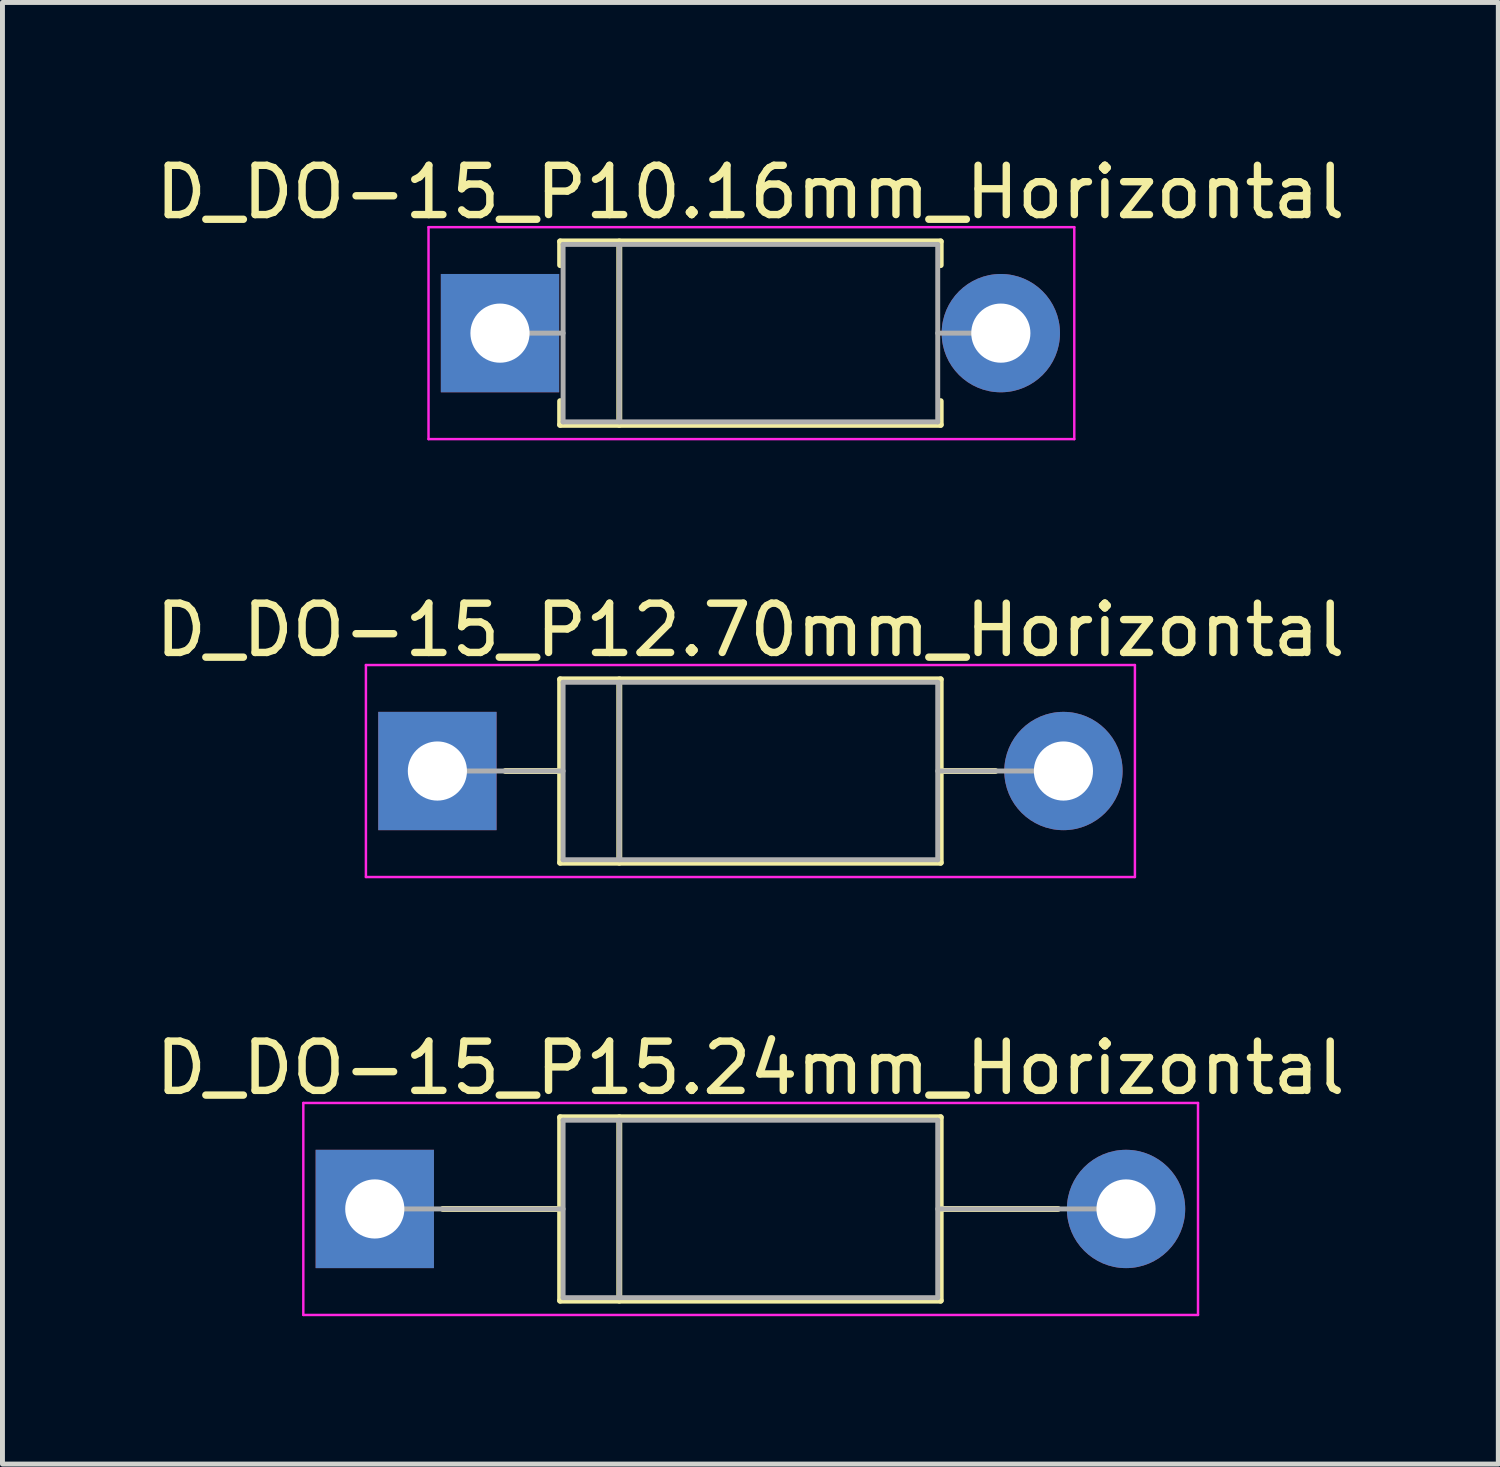
<source format=kicad_pcb>
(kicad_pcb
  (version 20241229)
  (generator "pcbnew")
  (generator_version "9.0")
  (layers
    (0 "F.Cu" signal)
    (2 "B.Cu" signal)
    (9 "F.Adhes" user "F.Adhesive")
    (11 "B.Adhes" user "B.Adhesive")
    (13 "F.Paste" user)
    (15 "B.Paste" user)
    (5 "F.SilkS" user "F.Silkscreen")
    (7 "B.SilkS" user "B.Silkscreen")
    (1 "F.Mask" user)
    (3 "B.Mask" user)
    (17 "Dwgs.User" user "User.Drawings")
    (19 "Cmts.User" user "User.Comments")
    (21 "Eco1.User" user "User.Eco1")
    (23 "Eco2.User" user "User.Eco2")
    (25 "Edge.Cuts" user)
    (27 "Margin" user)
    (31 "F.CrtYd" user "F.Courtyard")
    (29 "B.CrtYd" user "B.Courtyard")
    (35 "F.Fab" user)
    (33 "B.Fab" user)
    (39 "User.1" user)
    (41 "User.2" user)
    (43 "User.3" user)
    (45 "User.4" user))
  (footprint "D_DO-15_P15.24mm_Horizontal"
    (layer "F.Cu")
    (at 12.173 21.475)
    (property "Reference" "D_DO-15_P15.24mm_Horizontal" (at 0 -2.86 0) (layer "F.SilkS") (effects (font (size 1 1) (thickness 0.15))))
    (attr through_hole)
    (fp_line (start -6.24 0) (end -3.86 0) (stroke (width 0.12) (type solid)) (layer "F.SilkS"))
    (fp_line (start -3.86 -1.86) (end -3.86 1.86) (stroke (width 0.12) (type solid)) (layer "F.SilkS"))
    (fp_line (start -3.86 1.86) (end 3.86 1.86) (stroke (width 0.12) (type solid)) (layer "F.SilkS"))
    (fp_line (start -2.66 -1.86) (end -2.66 1.86) (stroke (width 0.12) (type solid)) (layer "F.SilkS"))
    (fp_line (start 3.86 -1.86) (end -3.86 -1.86) (stroke (width 0.12) (type solid)) (layer "F.SilkS"))
    (fp_line (start 3.86 1.86) (end 3.86 -1.86) (stroke (width 0.12) (type solid)) (layer "F.SilkS"))
    (fp_line (start 6.24 0) (end 3.86 0) (stroke (width 0.12) (type solid)) (layer "F.SilkS"))
    (fp_line (start -9.07 -2.15) (end -9.07 2.15) (stroke (width 0.05) (type solid)) (layer "F.CrtYd"))
    (fp_line (start -9.07 2.15) (end 9.08 2.15) (stroke (width 0.05) (type solid)) (layer "F.CrtYd"))
    (fp_line (start 9.08 -2.15) (end -9.07 -2.15) (stroke (width 0.05) (type solid)) (layer "F.CrtYd"))
    (fp_line (start 9.08 2.15) (end 9.08 -2.15) (stroke (width 0.05) (type solid)) (layer "F.CrtYd"))
    (fp_line (start -7.62 0) (end -3.8 0) (stroke (width 0.1) (type solid)) (layer "F.Fab"))
    (fp_line (start -3.8 -1.8) (end -3.8 1.8) (stroke (width 0.1) (type solid)) (layer "F.Fab"))
    (fp_line (start -3.8 1.8) (end 3.8 1.8) (stroke (width 0.1) (type solid)) (layer "F.Fab"))
    (fp_line (start -2.66 -1.8) (end -2.66 1.8) (stroke (width 0.1) (type solid)) (layer "F.Fab"))
    (fp_line (start 3.8 -1.8) (end -3.8 -1.8) (stroke (width 0.1) (type solid)) (layer "F.Fab"))
    (fp_line (start 3.8 1.8) (end 3.8 -1.8) (stroke (width 0.1) (type solid)) (layer "F.Fab"))
    (fp_line (start 7.62 0) (end 3.8 0) (stroke (width 0.1) (type solid)) (layer "F.Fab"))
    (pad "1" thru_hole rect (at -7.62 0) (size 2.4 2.4) (drill 1.2) (layers "*.Cu" "*.Mask"))
    (pad "2" thru_hole oval (at 7.62 0) (size 2.4 2.4) (drill 1.2) (layers "*.Cu" "*.Mask")))
  (footprint "D_DO-15_P10.16mm_Horizontal"
    (layer "F.Cu")
    (at 12.173 3.708)
    (property "Reference" "D_DO-15_P10.16mm_Horizontal" (at 0 -2.86 0) (layer "F.SilkS") (effects (font (size 1 1) (thickness 0.15))))
    (attr through_hole)
    (fp_line (start -3.86 -1.86) (end 3.86 -1.86) (stroke (width 0.12) (type solid)) (layer "F.SilkS"))
    (fp_line (start -3.86 -1.38) (end -3.86 -1.86) (stroke (width 0.12) (type solid)) (layer "F.SilkS"))
    (fp_line (start -3.86 1.38) (end -3.86 1.86) (stroke (width 0.12) (type solid)) (layer "F.SilkS"))
    (fp_line (start -3.86 1.86) (end 3.86 1.86) (stroke (width 0.12) (type solid)) (layer "F.SilkS"))
    (fp_line (start -2.66 -1.86) (end -2.66 1.86) (stroke (width 0.12) (type solid)) (layer "F.SilkS"))
    (fp_line (start 3.86 -1.86) (end 3.86 -1.38) (stroke (width 0.12) (type solid)) (layer "F.SilkS"))
    (fp_line (start 3.86 1.86) (end 3.86 1.38) (stroke (width 0.12) (type solid)) (layer "F.SilkS"))
    (fp_line (start -6.53 -2.15) (end -6.53 2.15) (stroke (width 0.05) (type solid)) (layer "F.CrtYd"))
    (fp_line (start -6.53 2.15) (end 6.57 2.15) (stroke (width 0.05) (type solid)) (layer "F.CrtYd"))
    (fp_line (start 6.57 -2.15) (end -6.53 -2.15) (stroke (width 0.05) (type solid)) (layer "F.CrtYd"))
    (fp_line (start 6.57 2.15) (end 6.57 -2.15) (stroke (width 0.05) (type solid)) (layer "F.CrtYd"))
    (fp_line (start -5.08 0) (end -3.8 0) (stroke (width 0.1) (type solid)) (layer "F.Fab"))
    (fp_line (start -3.8 -1.8) (end -3.8 1.8) (stroke (width 0.1) (type solid)) (layer "F.Fab"))
    (fp_line (start -3.8 1.8) (end 3.8 1.8) (stroke (width 0.1) (type solid)) (layer "F.Fab"))
    (fp_line (start -2.66 -1.8) (end -2.66 1.8) (stroke (width 0.1) (type solid)) (layer "F.Fab"))
    (fp_line (start 3.8 -1.8) (end -3.8 -1.8) (stroke (width 0.1) (type solid)) (layer "F.Fab"))
    (fp_line (start 3.8 1.8) (end 3.8 -1.8) (stroke (width 0.1) (type solid)) (layer "F.Fab"))
    (fp_line (start 5.08 0) (end 3.8 0) (stroke (width 0.1) (type solid)) (layer "F.Fab"))
    (pad "1" thru_hole rect (at -5.08 0) (size 2.4 2.4) (drill 1.2) (layers "*.Cu" "*.Mask"))
    (pad "2" thru_hole oval (at 5.08 0) (size 2.4 2.4) (drill 1.2) (layers "*.Cu" "*.Mask")))
  (footprint "D_DO-15_P12.70mm_Horizontal"
    (layer "F.Cu")
    (at 12.173 12.591)
    (property "Reference" "D_DO-15_P12.70mm_Horizontal" (at 0 -2.86 0) (layer "F.SilkS") (effects (font (size 1 1) (thickness 0.15))))
    (attr through_hole)
    (fp_line (start -4.97 0) (end -3.86 0) (stroke (width 0.12) (type solid)) (layer "F.SilkS"))
    (fp_line (start -3.86 -1.86) (end -3.86 1.86) (stroke (width 0.12) (type solid)) (layer "F.SilkS"))
    (fp_line (start -3.86 1.86) (end 3.86 1.86) (stroke (width 0.12) (type solid)) (layer "F.SilkS"))
    (fp_line (start -2.66 -1.86) (end -2.66 1.86) (stroke (width 0.12) (type solid)) (layer "F.SilkS"))
    (fp_line (start 3.86 -1.86) (end -3.86 -1.86) (stroke (width 0.12) (type solid)) (layer "F.SilkS"))
    (fp_line (start 3.86 1.86) (end 3.86 -1.86) (stroke (width 0.12) (type solid)) (layer "F.SilkS"))
    (fp_line (start 4.97 0) (end 3.86 0) (stroke (width 0.12) (type solid)) (layer "F.SilkS"))
    (fp_line (start -7.8 -2.15) (end -7.8 2.15) (stroke (width 0.05) (type solid)) (layer "F.CrtYd"))
    (fp_line (start -7.8 2.15) (end 7.8 2.15) (stroke (width 0.05) (type solid)) (layer "F.CrtYd"))
    (fp_line (start 7.8 -2.15) (end -7.8 -2.15) (stroke (width 0.05) (type solid)) (layer "F.CrtYd"))
    (fp_line (start 7.8 2.15) (end 7.8 -2.15) (stroke (width 0.05) (type solid)) (layer "F.CrtYd"))
    (fp_line (start -6.35 0) (end -3.8 0) (stroke (width 0.1) (type solid)) (layer "F.Fab"))
    (fp_line (start -3.8 -1.8) (end -3.8 1.8) (stroke (width 0.1) (type solid)) (layer "F.Fab"))
    (fp_line (start -3.8 1.8) (end 3.8 1.8) (stroke (width 0.1) (type solid)) (layer "F.Fab"))
    (fp_line (start -2.66 -1.8) (end -2.66 1.8) (stroke (width 0.1) (type solid)) (layer "F.Fab"))
    (fp_line (start 3.8 -1.8) (end -3.8 -1.8) (stroke (width 0.1) (type solid)) (layer "F.Fab"))
    (fp_line (start 3.8 1.8) (end 3.8 -1.8) (stroke (width 0.1) (type solid)) (layer "F.Fab"))
    (fp_line (start 6.35 0) (end 3.8 0) (stroke (width 0.1) (type solid)) (layer "F.Fab"))
    (pad "1" thru_hole rect (at -6.35 0) (size 2.4 2.4) (drill 1.2) (layers "*.Cu" "*.Mask"))
    (pad "2" thru_hole oval (at 6.35 0) (size 2.4 2.4) (drill 1.2) (layers "*.Cu" "*.Mask")))
  (gr_rect
    (start -3 -3)
    (end 27.345 26.65)
    (stroke (width 0.1) (type default))
    (fill no)
    (layer "Edge.Cuts")))
</source>
